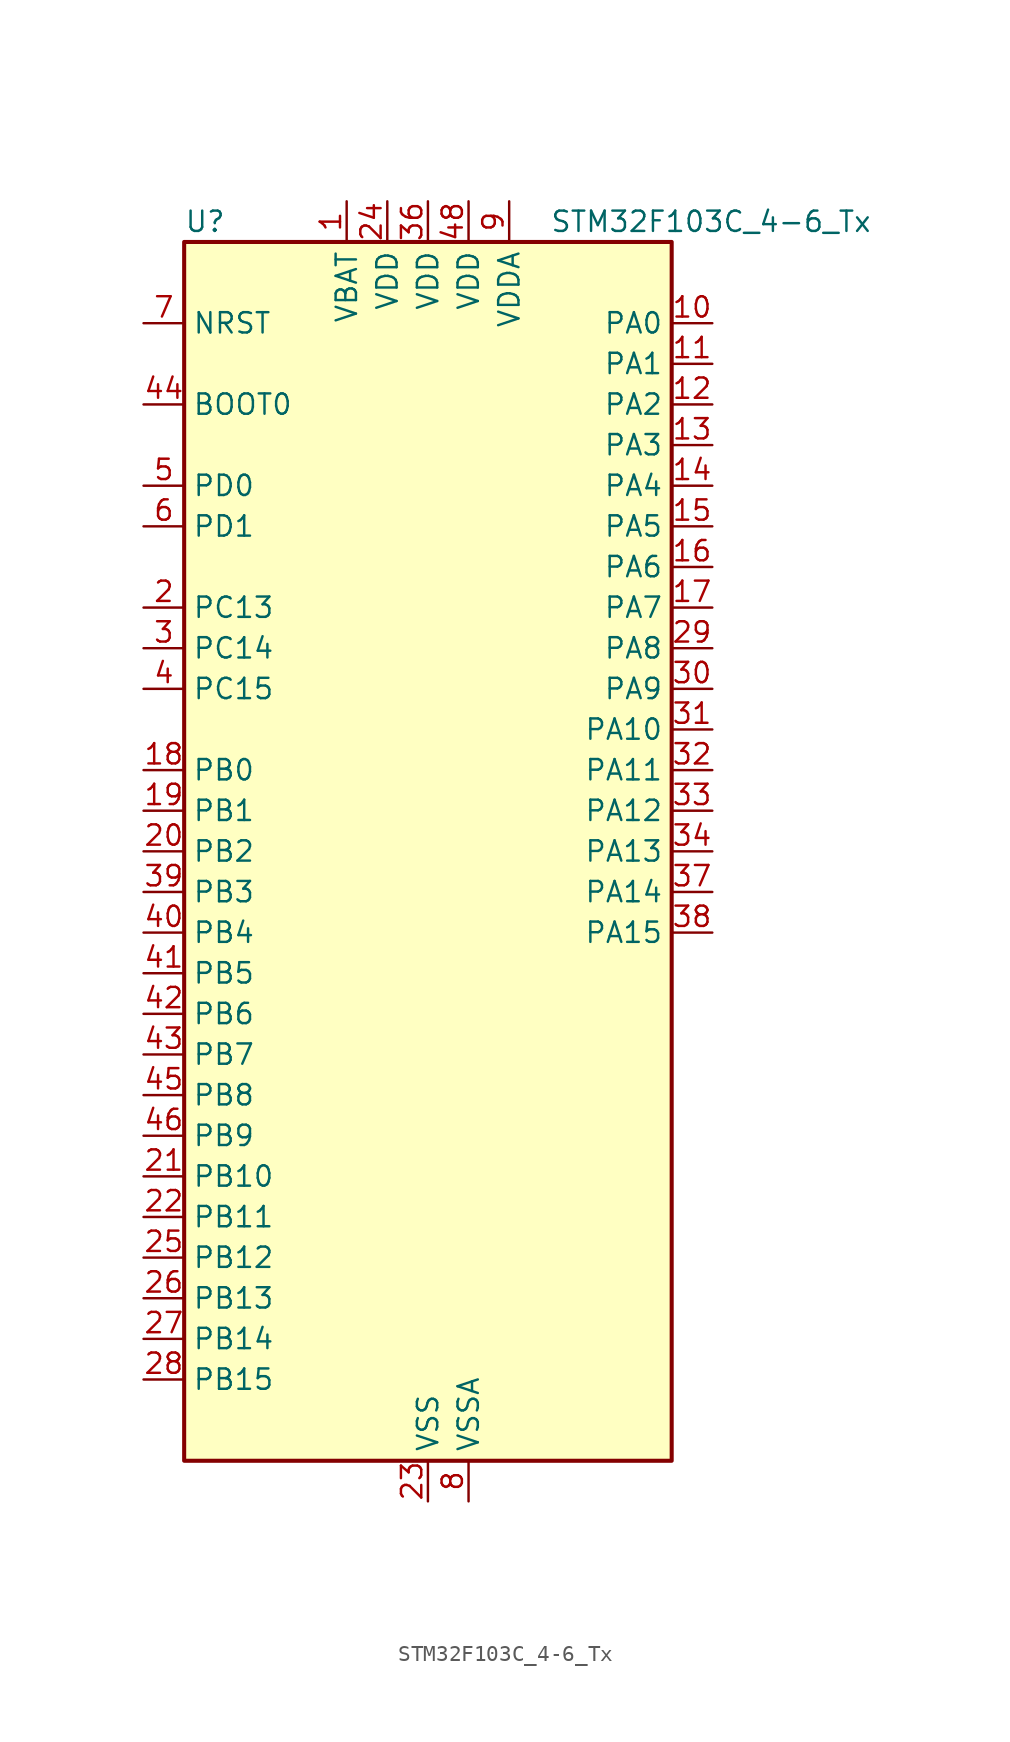
<source format=kicad_sym>
(kicad_symbol_lib
  (version 20241209)
  (generator "kicad_symbol_editor")
  (generator_version "9.0")
  (symbol "STM32F103C_4-6_Tx"
    (property "Reference" "U"
      (at -15.24 39.37 0)
      (effects (font (size 1.27 1.27)) (justify left)))
    (property "Value" "STM32F103C_4-6_Tx"
      (at 7.62 39.37 0)
      (effects (font (size 1.27 1.27)) (justify left)))
    (symbol "STM32F103C_4-6_Tx_0_1"
      (rectangle (start -15.24 -38.1) (end 15.24 38.1) (stroke (width 0.254) (type default)) (fill (type background))))
    (symbol "STM32F103C_4-6_Tx_1_1"
      (pin input line (at -17.78 33.02 0) (length 2.54) (name "NRST" (effects (font (size 1.27 1.27)))) (number "7" (effects (font (size 1.27 1.27)))))
      (pin input line (at -17.78 27.94 0) (length 2.54) (name "BOOT0" (effects (font (size 1.27 1.27)))) (number "44" (effects (font (size 1.27 1.27)))))
      (pin bidirectional line (at -17.78 22.86 0) (length 2.54) (name "PD0" (effects (font (size 1.27 1.27)))) (number "5" (effects (font (size 1.27 1.27)))) (alternate "RCC_OSC_IN" bidirectional line))
      (pin bidirectional line (at -17.78 20.32 0) (length 2.54) (name "PD1" (effects (font (size 1.27 1.27)))) (number "6" (effects (font (size 1.27 1.27)))) (alternate "RCC_OSC_OUT" bidirectional line))
      (pin bidirectional line (at -17.78 15.24 0) (length 2.54) (name "PC13" (effects (font (size 1.27 1.27)))) (number "2" (effects (font (size 1.27 1.27)))) (alternate "RTC_OUT" bidirectional line) (alternate "RTC_TAMPER" bidirectional line))
      (pin bidirectional line (at -17.78 12.7 0) (length 2.54) (name "PC14" (effects (font (size 1.27 1.27)))) (number "3" (effects (font (size 1.27 1.27)))) (alternate "RCC_OSC32_IN" bidirectional line))
      (pin bidirectional line (at -17.78 10.16 0) (length 2.54) (name "PC15" (effects (font (size 1.27 1.27)))) (number "4" (effects (font (size 1.27 1.27)))) (alternate "ADC1_EXTI15" bidirectional line) (alternate "ADC2_EXTI15" bidirectional line) (alternate "RCC_OSC32_OUT" bidirectional line))
      (pin bidirectional line (at -17.78 5.08 0) (length 2.54) (name "PB0" (effects (font (size 1.27 1.27)))) (number "18" (effects (font (size 1.27 1.27)))) (alternate "ADC1_IN8" bidirectional line) (alternate "ADC2_IN8" bidirectional line) (alternate "TIM1_CH2N" bidirectional line) (alternate "TIM3_CH3" bidirectional line))
      (pin bidirectional line (at -17.78 2.54 0) (length 2.54) (name "PB1" (effects (font (size 1.27 1.27)))) (number "19" (effects (font (size 1.27 1.27)))) (alternate "ADC1_IN9" bidirectional line) (alternate "ADC2_IN9" bidirectional line) (alternate "TIM1_CH3N" bidirectional line) (alternate "TIM3_CH4" bidirectional line))
      (pin bidirectional line (at -17.78 0 0) (length 2.54) (name "PB2" (effects (font (size 1.27 1.27)))) (number "20" (effects (font (size 1.27 1.27)))))
      (pin bidirectional line (at -17.78 -2.54 0) (length 2.54) (name "PB3" (effects (font (size 1.27 1.27)))) (number "39" (effects (font (size 1.27 1.27)))) (alternate "SPI1_SCK" bidirectional line) (alternate "SYS_JTDO-TRACESWO" bidirectional line) (alternate "TIM2_CH2" bidirectional line))
      (pin bidirectional line (at -17.78 -5.08 0) (length 2.54) (name "PB4" (effects (font (size 1.27 1.27)))) (number "40" (effects (font (size 1.27 1.27)))) (alternate "SPI1_MISO" bidirectional line) (alternate "SYS_NJTRST" bidirectional line) (alternate "TIM3_CH1" bidirectional line))
      (pin bidirectional line (at -17.78 -7.62 0) (length 2.54) (name "PB5" (effects (font (size 1.27 1.27)))) (number "41" (effects (font (size 1.27 1.27)))) (alternate "I2C1_SMBA" bidirectional line) (alternate "SPI1_MOSI" bidirectional line) (alternate "TIM3_CH2" bidirectional line))
      (pin bidirectional line (at -17.78 -10.16 0) (length 2.54) (name "PB6" (effects (font (size 1.27 1.27)))) (number "42" (effects (font (size 1.27 1.27)))) (alternate "I2C1_SCL" bidirectional line) (alternate "USART1_TX" bidirectional line))
      (pin bidirectional line (at -17.78 -12.7 0) (length 2.54) (name "PB7" (effects (font (size 1.27 1.27)))) (number "43" (effects (font (size 1.27 1.27)))) (alternate "I2C1_SDA" bidirectional line) (alternate "USART1_RX" bidirectional line))
      (pin bidirectional line (at -17.78 -15.24 0) (length 2.54) (name "PB8" (effects (font (size 1.27 1.27)))) (number "45" (effects (font (size 1.27 1.27)))) (alternate "CAN_RX" bidirectional line) (alternate "I2C1_SCL" bidirectional line))
      (pin bidirectional line (at -17.78 -17.78 0) (length 2.54) (name "PB9" (effects (font (size 1.27 1.27)))) (number "46" (effects (font (size 1.27 1.27)))) (alternate "CAN_TX" bidirectional line) (alternate "I2C1_SDA" bidirectional line))
      (pin bidirectional line (at -17.78 -20.32 0) (length 2.54) (name "PB10" (effects (font (size 1.27 1.27)))) (number "21" (effects (font (size 1.27 1.27)))) (alternate "TIM2_CH3" bidirectional line))
      (pin bidirectional line (at -17.78 -22.86 0) (length 2.54) (name "PB11" (effects (font (size 1.27 1.27)))) (number "22" (effects (font (size 1.27 1.27)))) (alternate "ADC1_EXTI11" bidirectional line) (alternate "ADC2_EXTI11" bidirectional line) (alternate "TIM2_CH4" bidirectional line))
      (pin bidirectional line (at -17.78 -25.4 0) (length 2.54) (name "PB12" (effects (font (size 1.27 1.27)))) (number "25" (effects (font (size 1.27 1.27)))) (alternate "TIM1_BKIN" bidirectional line))
      (pin bidirectional line (at -17.78 -27.94 0) (length 2.54) (name "PB13" (effects (font (size 1.27 1.27)))) (number "26" (effects (font (size 1.27 1.27)))) (alternate "TIM1_CH1N" bidirectional line))
      (pin bidirectional line (at -17.78 -30.48 0) (length 2.54) (name "PB14" (effects (font (size 1.27 1.27)))) (number "27" (effects (font (size 1.27 1.27)))) (alternate "TIM1_CH2N" bidirectional line))
      (pin bidirectional line (at -17.78 -33.02 0) (length 2.54) (name "PB15" (effects (font (size 1.27 1.27)))) (number "28" (effects (font (size 1.27 1.27)))) (alternate "ADC1_EXTI15" bidirectional line) (alternate "ADC2_EXTI15" bidirectional line) (alternate "TIM1_CH3N" bidirectional line))
      (pin power_in line (at -5.08 40.64 270) (length 2.54) (name "VBAT" (effects (font (size 1.27 1.27)))) (number "1" (effects (font (size 1.27 1.27)))))
      (pin power_in line (at -2.54 40.64 270) (length 2.54) (name "VDD" (effects (font (size 1.27 1.27)))) (number "24" (effects (font (size 1.27 1.27)))))
      (pin power_in line (at 0 40.64 270) (length 2.54) (name "VDD" (effects (font (size 1.27 1.27)))) (number "36" (effects (font (size 1.27 1.27)))))
      (pin power_in line (at 0 -40.64 90) (length 2.54) (name "VSS" (effects (font (size 1.27 1.27)))) (number "23" (effects (font (size 1.27 1.27)))))
      (pin passive line (at 0 -40.64 90) (length 2.54) (hide yes) (name "VSS" (effects (font (size 1.27 1.27)))) (number "35" (effects (font (size 1.27 1.27)))))
      (pin passive line (at 0 -40.64 90) (length 2.54) (hide yes) (name "VSS" (effects (font (size 1.27 1.27)))) (number "47" (effects (font (size 1.27 1.27)))))
      (pin power_in line (at 2.54 40.64 270) (length 2.54) (name "VDD" (effects (font (size 1.27 1.27)))) (number "48" (effects (font (size 1.27 1.27)))))
      (pin power_in line (at 2.54 -40.64 90) (length 2.54) (name "VSSA" (effects (font (size 1.27 1.27)))) (number "8" (effects (font (size 1.27 1.27)))))
      (pin power_in line (at 5.08 40.64 270) (length 2.54) (name "VDDA" (effects (font (size 1.27 1.27)))) (number "9" (effects (font (size 1.27 1.27)))))
      (pin bidirectional line (at 17.78 33.02 180) (length 2.54) (name "PA0" (effects (font (size 1.27 1.27)))) (number "10" (effects (font (size 1.27 1.27)))) (alternate "ADC1_IN0" bidirectional line) (alternate "ADC2_IN0" bidirectional line) (alternate "SYS_WKUP" bidirectional line) (alternate "TIM2_CH1" bidirectional line) (alternate "TIM2_ETR" bidirectional line) (alternate "USART2_CTS" bidirectional line))
      (pin bidirectional line (at 17.78 30.48 180) (length 2.54) (name "PA1" (effects (font (size 1.27 1.27)))) (number "11" (effects (font (size 1.27 1.27)))) (alternate "ADC1_IN1" bidirectional line) (alternate "ADC2_IN1" bidirectional line) (alternate "TIM2_CH2" bidirectional line) (alternate "USART2_RTS" bidirectional line))
      (pin bidirectional line (at 17.78 27.94 180) (length 2.54) (name "PA2" (effects (font (size 1.27 1.27)))) (number "12" (effects (font (size 1.27 1.27)))) (alternate "ADC1_IN2" bidirectional line) (alternate "ADC2_IN2" bidirectional line) (alternate "TIM2_CH3" bidirectional line) (alternate "USART2_TX" bidirectional line))
      (pin bidirectional line (at 17.78 25.4 180) (length 2.54) (name "PA3" (effects (font (size 1.27 1.27)))) (number "13" (effects (font (size 1.27 1.27)))) (alternate "ADC1_IN3" bidirectional line) (alternate "ADC2_IN3" bidirectional line) (alternate "TIM2_CH4" bidirectional line) (alternate "USART2_RX" bidirectional line))
      (pin bidirectional line (at 17.78 22.86 180) (length 2.54) (name "PA4" (effects (font (size 1.27 1.27)))) (number "14" (effects (font (size 1.27 1.27)))) (alternate "ADC1_IN4" bidirectional line) (alternate "ADC2_IN4" bidirectional line) (alternate "SPI1_NSS" bidirectional line) (alternate "USART2_CK" bidirectional line))
      (pin bidirectional line (at 17.78 20.32 180) (length 2.54) (name "PA5" (effects (font (size 1.27 1.27)))) (number "15" (effects (font (size 1.27 1.27)))) (alternate "ADC1_IN5" bidirectional line) (alternate "ADC2_IN5" bidirectional line) (alternate "SPI1_SCK" bidirectional line))
      (pin bidirectional line (at 17.78 17.78 180) (length 2.54) (name "PA6" (effects (font (size 1.27 1.27)))) (number "16" (effects (font (size 1.27 1.27)))) (alternate "ADC1_IN6" bidirectional line) (alternate "ADC2_IN6" bidirectional line) (alternate "SPI1_MISO" bidirectional line) (alternate "TIM1_BKIN" bidirectional line) (alternate "TIM3_CH1" bidirectional line))
      (pin bidirectional line (at 17.78 15.24 180) (length 2.54) (name "PA7" (effects (font (size 1.27 1.27)))) (number "17" (effects (font (size 1.27 1.27)))) (alternate "ADC1_IN7" bidirectional line) (alternate "ADC2_IN7" bidirectional line) (alternate "SPI1_MOSI" bidirectional line) (alternate "TIM1_CH1N" bidirectional line) (alternate "TIM3_CH2" bidirectional line))
      (pin bidirectional line (at 17.78 12.7 180) (length 2.54) (name "PA8" (effects (font (size 1.27 1.27)))) (number "29" (effects (font (size 1.27 1.27)))) (alternate "RCC_MCO" bidirectional line) (alternate "TIM1_CH1" bidirectional line) (alternate "USART1_CK" bidirectional line))
      (pin bidirectional line (at 17.78 10.16 180) (length 2.54) (name "PA9" (effects (font (size 1.27 1.27)))) (number "30" (effects (font (size 1.27 1.27)))) (alternate "TIM1_CH2" bidirectional line) (alternate "USART1_TX" bidirectional line))
      (pin bidirectional line (at 17.78 7.62 180) (length 2.54) (name "PA10" (effects (font (size 1.27 1.27)))) (number "31" (effects (font (size 1.27 1.27)))) (alternate "TIM1_CH3" bidirectional line) (alternate "USART1_RX" bidirectional line))
      (pin bidirectional line (at 17.78 5.08 180) (length 2.54) (name "PA11" (effects (font (size 1.27 1.27)))) (number "32" (effects (font (size 1.27 1.27)))) (alternate "ADC1_EXTI11" bidirectional line) (alternate "ADC2_EXTI11" bidirectional line) (alternate "CAN_RX" bidirectional line) (alternate "TIM1_CH4" bidirectional line) (alternate "USART1_CTS" bidirectional line) (alternate "USB_DM" bidirectional line))
      (pin bidirectional line (at 17.78 2.54 180) (length 2.54) (name "PA12" (effects (font (size 1.27 1.27)))) (number "33" (effects (font (size 1.27 1.27)))) (alternate "CAN_TX" bidirectional line) (alternate "TIM1_ETR" bidirectional line) (alternate "USART1_RTS" bidirectional line) (alternate "USB_DP" bidirectional line))
      (pin bidirectional line (at 17.78 0 180) (length 2.54) (name "PA13" (effects (font (size 1.27 1.27)))) (number "34" (effects (font (size 1.27 1.27)))) (alternate "SYS_JTMS-SWDIO" bidirectional line))
      (pin bidirectional line (at 17.78 -2.54 180) (length 2.54) (name "PA14" (effects (font (size 1.27 1.27)))) (number "37" (effects (font (size 1.27 1.27)))) (alternate "SYS_JTCK-SWCLK" bidirectional line))
      (pin bidirectional line (at 17.78 -5.08 180) (length 2.54) (name "PA15" (effects (font (size 1.27 1.27)))) (number "38" (effects (font (size 1.27 1.27)))) (alternate "ADC1_EXTI15" bidirectional line) (alternate "ADC2_EXTI15" bidirectional line) (alternate "SPI1_NSS" bidirectional line) (alternate "SYS_JTDI" bidirectional line) (alternate "TIM2_CH1" bidirectional line) (alternate "TIM2_ETR" bidirectional line)))))
</source>
